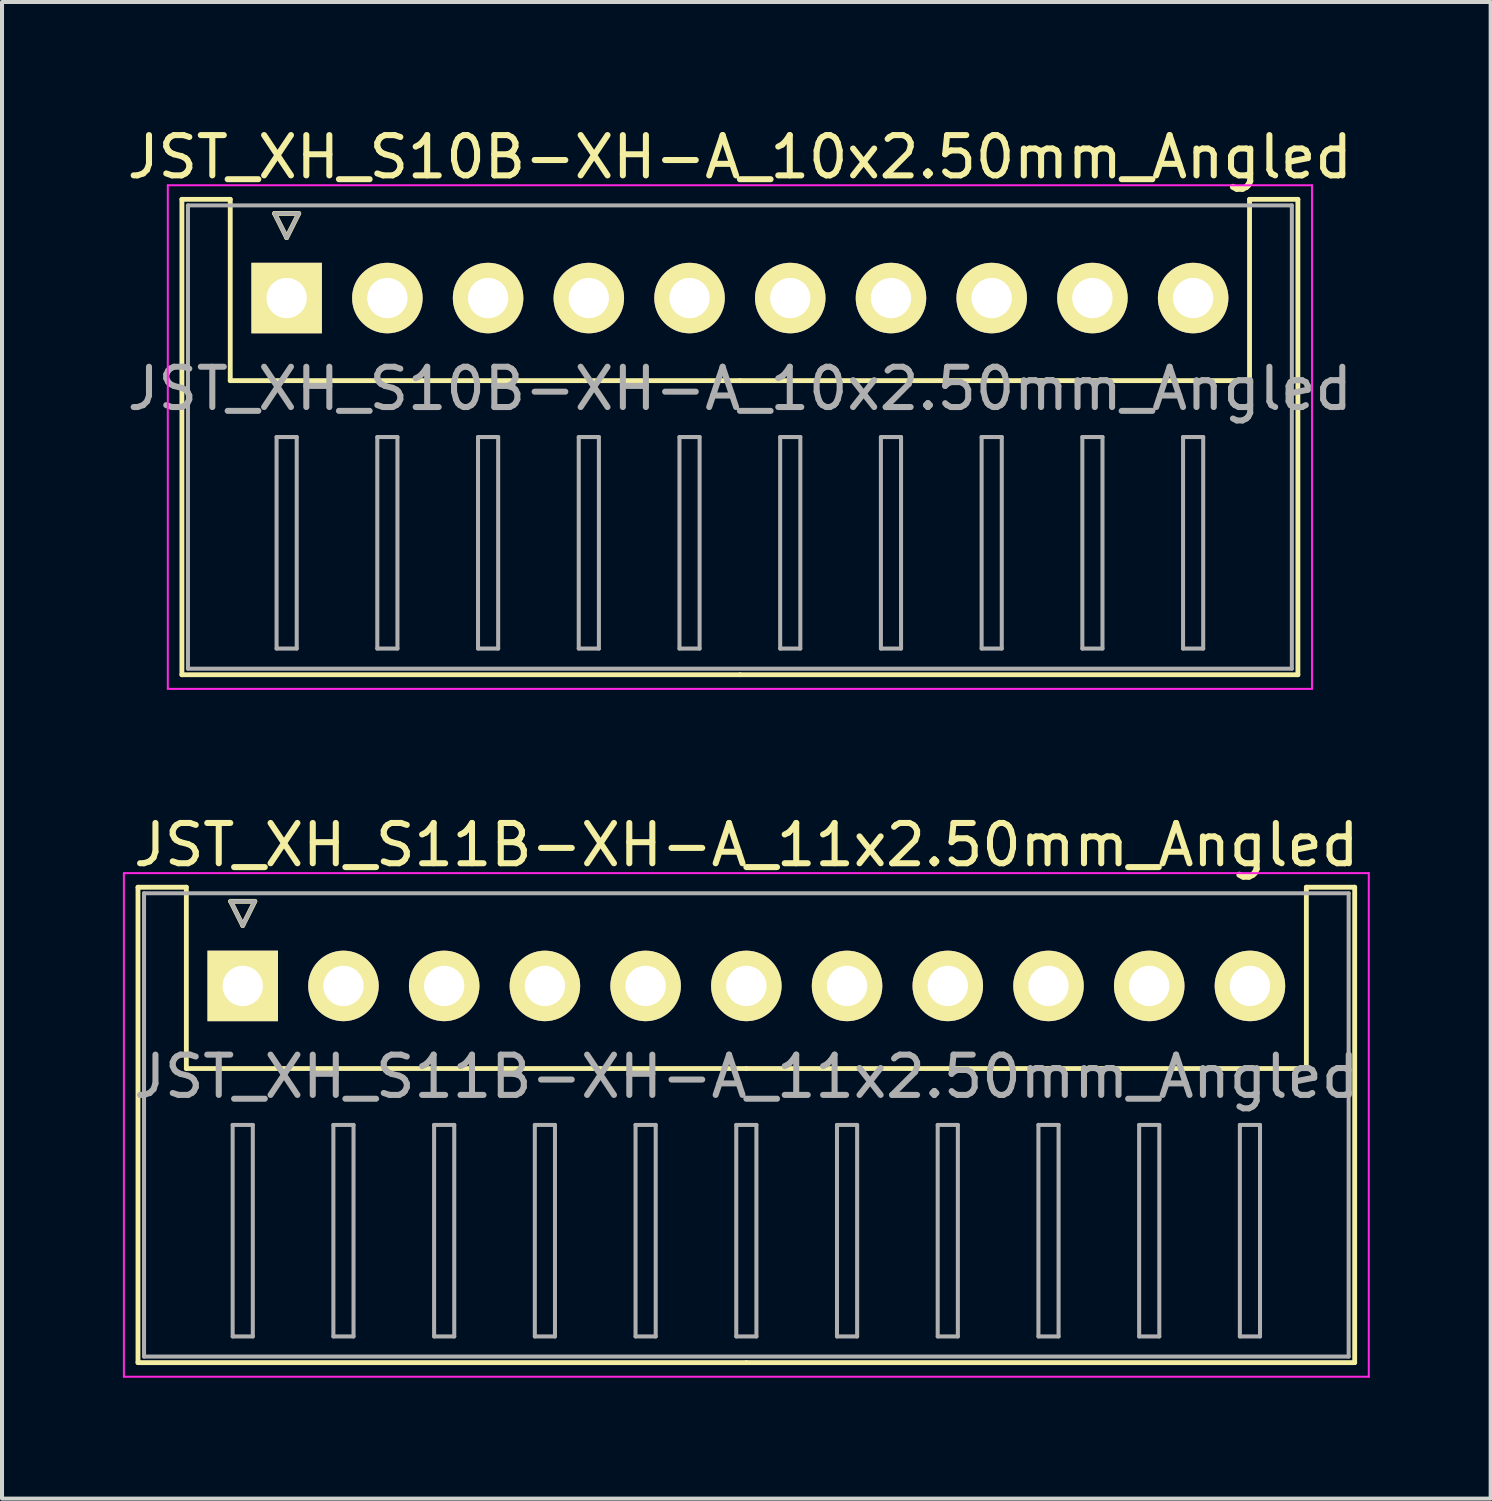
<source format=kicad_pcb>
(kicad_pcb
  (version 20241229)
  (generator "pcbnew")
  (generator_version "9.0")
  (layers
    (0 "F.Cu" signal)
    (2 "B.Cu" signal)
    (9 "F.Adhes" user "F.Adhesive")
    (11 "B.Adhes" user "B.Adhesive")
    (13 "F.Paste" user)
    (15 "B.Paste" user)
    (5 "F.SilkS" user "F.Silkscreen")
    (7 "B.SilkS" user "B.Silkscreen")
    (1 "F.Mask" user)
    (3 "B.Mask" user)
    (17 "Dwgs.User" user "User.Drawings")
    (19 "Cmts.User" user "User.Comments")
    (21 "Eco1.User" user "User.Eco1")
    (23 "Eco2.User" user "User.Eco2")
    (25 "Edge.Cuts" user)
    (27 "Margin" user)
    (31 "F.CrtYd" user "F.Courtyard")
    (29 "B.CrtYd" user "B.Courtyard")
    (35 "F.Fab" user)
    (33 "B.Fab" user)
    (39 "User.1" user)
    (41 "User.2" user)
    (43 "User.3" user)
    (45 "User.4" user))
  (footprint "JST_XH_S11B-XH-A_11x2.50mm_Angled"
    (layer "F.Cu")
    (at 2.975 21.422)
    (property "Reference" "JST_XH_S11B-XH-A_11x2.50mm_Angled" (at 12.5 -3.5 0) (layer "F.SilkS") (effects (font (size 1 1) (thickness 0.15))))
    (attr through_hole)
    (fp_line (start -2.6 -2.45) (end -1.4 -2.45) (stroke (width 0.12) (type solid)) (layer "F.SilkS"))
    (fp_line (start -2.6 9.35) (end -2.6 -2.45) (stroke (width 0.12) (type solid)) (layer "F.SilkS"))
    (fp_line (start -1.4 -2.45) (end -1.4 2.05) (stroke (width 0.12) (type solid)) (layer "F.SilkS"))
    (fp_line (start -1.4 2.05) (end 12.5 2.05) (stroke (width 0.12) (type solid)) (layer "F.SilkS"))
    (fp_line (start -0.3 -2.1) (end 0.3 -2.1) (stroke (width 0.12) (type solid)) (layer "F.SilkS"))
    (fp_line (start 0 -1.5) (end -0.3 -2.1) (stroke (width 0.12) (type solid)) (layer "F.SilkS"))
    (fp_line (start 0.3 -2.1) (end 0 -1.5) (stroke (width 0.12) (type solid)) (layer "F.SilkS"))
    (fp_line (start 12.5 9.35) (end -2.6 9.35) (stroke (width 0.12) (type solid)) (layer "F.SilkS"))
    (fp_line (start 12.5 9.35) (end 27.6 9.35) (stroke (width 0.12) (type solid)) (layer "F.SilkS"))
    (fp_line (start 26.4 -2.45) (end 26.4 2.05) (stroke (width 0.12) (type solid)) (layer "F.SilkS"))
    (fp_line (start 26.4 2.05) (end 12.5 2.05) (stroke (width 0.12) (type solid)) (layer "F.SilkS"))
    (fp_line (start 27.6 -2.45) (end 26.4 -2.45) (stroke (width 0.12) (type solid)) (layer "F.SilkS"))
    (fp_line (start 27.6 9.35) (end 27.6 -2.45) (stroke (width 0.12) (type solid)) (layer "F.SilkS"))
    (fp_line (start -2.95 -2.8) (end -2.95 9.7) (stroke (width 0.05) (type solid)) (layer "F.CrtYd"))
    (fp_line (start -2.95 9.7) (end 27.95 9.7) (stroke (width 0.05) (type solid)) (layer "F.CrtYd"))
    (fp_line (start 27.95 -2.8) (end -2.95 -2.8) (stroke (width 0.05) (type solid)) (layer "F.CrtYd"))
    (fp_line (start 27.95 9.7) (end 27.95 -2.8) (stroke (width 0.05) (type solid)) (layer "F.CrtYd"))
    (fp_line (start -2.45 -2.3) (end -2.45 9.2) (stroke (width 0.1) (type solid)) (layer "F.Fab"))
    (fp_line (start -2.45 9.2) (end 27.45 9.2) (stroke (width 0.1) (type solid)) (layer "F.Fab"))
    (fp_line (start -0.3 -2.1) (end 0.3 -2.1) (stroke (width 0.1) (type solid)) (layer "F.Fab"))
    (fp_line (start -0.25 3.45) (end -0.25 8.7) (stroke (width 0.1) (type solid)) (layer "F.Fab"))
    (fp_line (start -0.25 8.7) (end 0.25 8.7) (stroke (width 0.1) (type solid)) (layer "F.Fab"))
    (fp_line (start 0 -1.5) (end -0.3 -2.1) (stroke (width 0.1) (type solid)) (layer "F.Fab"))
    (fp_line (start 0.25 3.45) (end -0.25 3.45) (stroke (width 0.1) (type solid)) (layer "F.Fab"))
    (fp_line (start 0.25 8.7) (end 0.25 3.45) (stroke (width 0.1) (type solid)) (layer "F.Fab"))
    (fp_line (start 0.3 -2.1) (end 0 -1.5) (stroke (width 0.1) (type solid)) (layer "F.Fab"))
    (fp_line (start 2.25 3.45) (end 2.25 8.7) (stroke (width 0.1) (type solid)) (layer "F.Fab"))
    (fp_line (start 2.25 8.7) (end 2.75 8.7) (stroke (width 0.1) (type solid)) (layer "F.Fab"))
    (fp_line (start 2.75 3.45) (end 2.25 3.45) (stroke (width 0.1) (type solid)) (layer "F.Fab"))
    (fp_line (start 2.75 8.7) (end 2.75 3.45) (stroke (width 0.1) (type solid)) (layer "F.Fab"))
    (fp_line (start 4.75 3.45) (end 4.75 8.7) (stroke (width 0.1) (type solid)) (layer "F.Fab"))
    (fp_line (start 4.75 8.7) (end 5.25 8.7) (stroke (width 0.1) (type solid)) (layer "F.Fab"))
    (fp_line (start 5.25 3.45) (end 4.75 3.45) (stroke (width 0.1) (type solid)) (layer "F.Fab"))
    (fp_line (start 5.25 8.7) (end 5.25 3.45) (stroke (width 0.1) (type solid)) (layer "F.Fab"))
    (fp_line (start 7.25 3.45) (end 7.25 8.7) (stroke (width 0.1) (type solid)) (layer "F.Fab"))
    (fp_line (start 7.25 8.7) (end 7.75 8.7) (stroke (width 0.1) (type solid)) (layer "F.Fab"))
    (fp_line (start 7.75 3.45) (end 7.25 3.45) (stroke (width 0.1) (type solid)) (layer "F.Fab"))
    (fp_line (start 7.75 8.7) (end 7.75 3.45) (stroke (width 0.1) (type solid)) (layer "F.Fab"))
    (fp_line (start 9.75 3.45) (end 9.75 8.7) (stroke (width 0.1) (type solid)) (layer "F.Fab"))
    (fp_line (start 9.75 8.7) (end 10.25 8.7) (stroke (width 0.1) (type solid)) (layer "F.Fab"))
    (fp_line (start 10.25 3.45) (end 9.75 3.45) (stroke (width 0.1) (type solid)) (layer "F.Fab"))
    (fp_line (start 10.25 8.7) (end 10.25 3.45) (stroke (width 0.1) (type solid)) (layer "F.Fab"))
    (fp_line (start 12.25 3.45) (end 12.25 8.7) (stroke (width 0.1) (type solid)) (layer "F.Fab"))
    (fp_line (start 12.25 8.7) (end 12.75 8.7) (stroke (width 0.1) (type solid)) (layer "F.Fab"))
    (fp_line (start 12.75 3.45) (end 12.25 3.45) (stroke (width 0.1) (type solid)) (layer "F.Fab"))
    (fp_line (start 12.75 8.7) (end 12.75 3.45) (stroke (width 0.1) (type solid)) (layer "F.Fab"))
    (fp_line (start 14.75 3.45) (end 14.75 8.7) (stroke (width 0.1) (type solid)) (layer "F.Fab"))
    (fp_line (start 14.75 8.7) (end 15.25 8.7) (stroke (width 0.1) (type solid)) (layer "F.Fab"))
    (fp_line (start 15.25 3.45) (end 14.75 3.45) (stroke (width 0.1) (type solid)) (layer "F.Fab"))
    (fp_line (start 15.25 8.7) (end 15.25 3.45) (stroke (width 0.1) (type solid)) (layer "F.Fab"))
    (fp_line (start 17.25 3.45) (end 17.25 8.7) (stroke (width 0.1) (type solid)) (layer "F.Fab"))
    (fp_line (start 17.25 8.7) (end 17.75 8.7) (stroke (width 0.1) (type solid)) (layer "F.Fab"))
    (fp_line (start 17.75 3.45) (end 17.25 3.45) (stroke (width 0.1) (type solid)) (layer "F.Fab"))
    (fp_line (start 17.75 8.7) (end 17.75 3.45) (stroke (width 0.1) (type solid)) (layer "F.Fab"))
    (fp_line (start 19.75 3.45) (end 19.75 8.7) (stroke (width 0.1) (type solid)) (layer "F.Fab"))
    (fp_line (start 19.75 8.7) (end 20.25 8.7) (stroke (width 0.1) (type solid)) (layer "F.Fab"))
    (fp_line (start 20.25 3.45) (end 19.75 3.45) (stroke (width 0.1) (type solid)) (layer "F.Fab"))
    (fp_line (start 20.25 8.7) (end 20.25 3.45) (stroke (width 0.1) (type solid)) (layer "F.Fab"))
    (fp_line (start 22.25 3.45) (end 22.25 8.7) (stroke (width 0.1) (type solid)) (layer "F.Fab"))
    (fp_line (start 22.25 8.7) (end 22.75 8.7) (stroke (width 0.1) (type solid)) (layer "F.Fab"))
    (fp_line (start 22.75 3.45) (end 22.25 3.45) (stroke (width 0.1) (type solid)) (layer "F.Fab"))
    (fp_line (start 22.75 8.7) (end 22.75 3.45) (stroke (width 0.1) (type solid)) (layer "F.Fab"))
    (fp_line (start 24.75 3.45) (end 24.75 8.7) (stroke (width 0.1) (type solid)) (layer "F.Fab"))
    (fp_line (start 24.75 8.7) (end 25.25 8.7) (stroke (width 0.1) (type solid)) (layer "F.Fab"))
    (fp_line (start 25.25 3.45) (end 24.75 3.45) (stroke (width 0.1) (type solid)) (layer "F.Fab"))
    (fp_line (start 25.25 8.7) (end 25.25 3.45) (stroke (width 0.1) (type solid)) (layer "F.Fab"))
    (fp_line (start 27.45 -2.3) (end -2.45 -2.3) (stroke (width 0.1) (type solid)) (layer "F.Fab"))
    (fp_line (start 27.45 9.2) (end 27.45 -2.3) (stroke (width 0.1) (type solid)) (layer "F.Fab"))
    (fp_text user "${REFERENCE}" (at 12.5 2.25 0) (layer "F.Fab") (effects (font (size 1 1) (thickness 0.15))))
    (pad "1" thru_hole rect (at 0 0) (size 1.75 1.75) (drill 1) (layers "*.Cu" "*.Mask" "F.SilkS"))
    (pad "2" thru_hole circle (at 2.5 0) (size 1.75 1.75) (drill 1) (layers "*.Cu" "*.Mask" "F.SilkS"))
    (pad "3" thru_hole circle (at 5 0) (size 1.75 1.75) (drill 1) (layers "*.Cu" "*.Mask" "F.SilkS"))
    (pad "4" thru_hole circle (at 7.5 0) (size 1.75 1.75) (drill 1) (layers "*.Cu" "*.Mask" "F.SilkS"))
    (pad "5" thru_hole circle (at 10 0) (size 1.75 1.75) (drill 1) (layers "*.Cu" "*.Mask" "F.SilkS"))
    (pad "6" thru_hole circle (at 12.5 0) (size 1.75 1.75) (drill 1) (layers "*.Cu" "*.Mask" "F.SilkS"))
    (pad "7" thru_hole circle (at 15 0) (size 1.75 1.75) (drill 1) (layers "*.Cu" "*.Mask" "F.SilkS"))
    (pad "8" thru_hole circle (at 17.5 0) (size 1.75 1.75) (drill 1) (layers "*.Cu" "*.Mask" "F.SilkS"))
    (pad "9" thru_hole circle (at 20 0) (size 1.75 1.75) (drill 1) (layers "*.Cu" "*.Mask" "F.SilkS"))
    (pad "10" thru_hole circle (at 22.5 0) (size 1.75 1.75) (drill 1) (layers "*.Cu" "*.Mask" "F.SilkS"))
    (pad "11" thru_hole circle (at 25 0) (size 1.75 1.75) (drill 1) (layers "*.Cu" "*.Mask" "F.SilkS")))
  (footprint "JST_XH_S10B-XH-A_10x2.50mm_Angled"
    (layer "F.Cu")
    (at 4.065 4.348)
    (property "Reference" "JST_XH_S10B-XH-A_10x2.50mm_Angled" (at 11.25 -3.5 0) (layer "F.SilkS") (effects (font (size 1 1) (thickness 0.15))))
    (attr through_hole)
    (fp_line (start -2.6 -2.45) (end -1.4 -2.45) (stroke (width 0.12) (type solid)) (layer "F.SilkS"))
    (fp_line (start -2.6 9.35) (end -2.6 -2.45) (stroke (width 0.12) (type solid)) (layer "F.SilkS"))
    (fp_line (start -1.4 -2.45) (end -1.4 2.05) (stroke (width 0.12) (type solid)) (layer "F.SilkS"))
    (fp_line (start -1.4 2.05) (end 11.25 2.05) (stroke (width 0.12) (type solid)) (layer "F.SilkS"))
    (fp_line (start -0.3 -2.1) (end 0.3 -2.1) (stroke (width 0.12) (type solid)) (layer "F.SilkS"))
    (fp_line (start 0 -1.5) (end -0.3 -2.1) (stroke (width 0.12) (type solid)) (layer "F.SilkS"))
    (fp_line (start 0.3 -2.1) (end 0 -1.5) (stroke (width 0.12) (type solid)) (layer "F.SilkS"))
    (fp_line (start 11.25 9.35) (end -2.6 9.35) (stroke (width 0.12) (type solid)) (layer "F.SilkS"))
    (fp_line (start 11.25 9.35) (end 25.1 9.35) (stroke (width 0.12) (type solid)) (layer "F.SilkS"))
    (fp_line (start 23.9 -2.45) (end 23.9 2.05) (stroke (width 0.12) (type solid)) (layer "F.SilkS"))
    (fp_line (start 23.9 2.05) (end 11.25 2.05) (stroke (width 0.12) (type solid)) (layer "F.SilkS"))
    (fp_line (start 25.1 -2.45) (end 23.9 -2.45) (stroke (width 0.12) (type solid)) (layer "F.SilkS"))
    (fp_line (start 25.1 9.35) (end 25.1 -2.45) (stroke (width 0.12) (type solid)) (layer "F.SilkS"))
    (fp_line (start -2.95 -2.8) (end -2.95 9.7) (stroke (width 0.05) (type solid)) (layer "F.CrtYd"))
    (fp_line (start -2.95 9.7) (end 25.45 9.7) (stroke (width 0.05) (type solid)) (layer "F.CrtYd"))
    (fp_line (start 25.45 -2.8) (end -2.95 -2.8) (stroke (width 0.05) (type solid)) (layer "F.CrtYd"))
    (fp_line (start 25.45 9.7) (end 25.45 -2.8) (stroke (width 0.05) (type solid)) (layer "F.CrtYd"))
    (fp_line (start -2.45 -2.3) (end -2.45 9.2) (stroke (width 0.1) (type solid)) (layer "F.Fab"))
    (fp_line (start -2.45 9.2) (end 24.95 9.2) (stroke (width 0.1) (type solid)) (layer "F.Fab"))
    (fp_line (start -0.3 -2.1) (end 0.3 -2.1) (stroke (width 0.1) (type solid)) (layer "F.Fab"))
    (fp_line (start -0.25 3.45) (end -0.25 8.7) (stroke (width 0.1) (type solid)) (layer "F.Fab"))
    (fp_line (start -0.25 8.7) (end 0.25 8.7) (stroke (width 0.1) (type solid)) (layer "F.Fab"))
    (fp_line (start 0 -1.5) (end -0.3 -2.1) (stroke (width 0.1) (type solid)) (layer "F.Fab"))
    (fp_line (start 0.25 3.45) (end -0.25 3.45) (stroke (width 0.1) (type solid)) (layer "F.Fab"))
    (fp_line (start 0.25 8.7) (end 0.25 3.45) (stroke (width 0.1) (type solid)) (layer "F.Fab"))
    (fp_line (start 0.3 -2.1) (end 0 -1.5) (stroke (width 0.1) (type solid)) (layer "F.Fab"))
    (fp_line (start 2.25 3.45) (end 2.25 8.7) (stroke (width 0.1) (type solid)) (layer "F.Fab"))
    (fp_line (start 2.25 8.7) (end 2.75 8.7) (stroke (width 0.1) (type solid)) (layer "F.Fab"))
    (fp_line (start 2.75 3.45) (end 2.25 3.45) (stroke (width 0.1) (type solid)) (layer "F.Fab"))
    (fp_line (start 2.75 8.7) (end 2.75 3.45) (stroke (width 0.1) (type solid)) (layer "F.Fab"))
    (fp_line (start 4.75 3.45) (end 4.75 8.7) (stroke (width 0.1) (type solid)) (layer "F.Fab"))
    (fp_line (start 4.75 8.7) (end 5.25 8.7) (stroke (width 0.1) (type solid)) (layer "F.Fab"))
    (fp_line (start 5.25 3.45) (end 4.75 3.45) (stroke (width 0.1) (type solid)) (layer "F.Fab"))
    (fp_line (start 5.25 8.7) (end 5.25 3.45) (stroke (width 0.1) (type solid)) (layer "F.Fab"))
    (fp_line (start 7.25 3.45) (end 7.25 8.7) (stroke (width 0.1) (type solid)) (layer "F.Fab"))
    (fp_line (start 7.25 8.7) (end 7.75 8.7) (stroke (width 0.1) (type solid)) (layer "F.Fab"))
    (fp_line (start 7.75 3.45) (end 7.25 3.45) (stroke (width 0.1) (type solid)) (layer "F.Fab"))
    (fp_line (start 7.75 8.7) (end 7.75 3.45) (stroke (width 0.1) (type solid)) (layer "F.Fab"))
    (fp_line (start 9.75 3.45) (end 9.75 8.7) (stroke (width 0.1) (type solid)) (layer "F.Fab"))
    (fp_line (start 9.75 8.7) (end 10.25 8.7) (stroke (width 0.1) (type solid)) (layer "F.Fab"))
    (fp_line (start 10.25 3.45) (end 9.75 3.45) (stroke (width 0.1) (type solid)) (layer "F.Fab"))
    (fp_line (start 10.25 8.7) (end 10.25 3.45) (stroke (width 0.1) (type solid)) (layer "F.Fab"))
    (fp_line (start 12.25 3.45) (end 12.25 8.7) (stroke (width 0.1) (type solid)) (layer "F.Fab"))
    (fp_line (start 12.25 8.7) (end 12.75 8.7) (stroke (width 0.1) (type solid)) (layer "F.Fab"))
    (fp_line (start 12.75 3.45) (end 12.25 3.45) (stroke (width 0.1) (type solid)) (layer "F.Fab"))
    (fp_line (start 12.75 8.7) (end 12.75 3.45) (stroke (width 0.1) (type solid)) (layer "F.Fab"))
    (fp_line (start 14.75 3.45) (end 14.75 8.7) (stroke (width 0.1) (type solid)) (layer "F.Fab"))
    (fp_line (start 14.75 8.7) (end 15.25 8.7) (stroke (width 0.1) (type solid)) (layer "F.Fab"))
    (fp_line (start 15.25 3.45) (end 14.75 3.45) (stroke (width 0.1) (type solid)) (layer "F.Fab"))
    (fp_line (start 15.25 8.7) (end 15.25 3.45) (stroke (width 0.1) (type solid)) (layer "F.Fab"))
    (fp_line (start 17.25 3.45) (end 17.25 8.7) (stroke (width 0.1) (type solid)) (layer "F.Fab"))
    (fp_line (start 17.25 8.7) (end 17.75 8.7) (stroke (width 0.1) (type solid)) (layer "F.Fab"))
    (fp_line (start 17.75 3.45) (end 17.25 3.45) (stroke (width 0.1) (type solid)) (layer "F.Fab"))
    (fp_line (start 17.75 8.7) (end 17.75 3.45) (stroke (width 0.1) (type solid)) (layer "F.Fab"))
    (fp_line (start 19.75 3.45) (end 19.75 8.7) (stroke (width 0.1) (type solid)) (layer "F.Fab"))
    (fp_line (start 19.75 8.7) (end 20.25 8.7) (stroke (width 0.1) (type solid)) (layer "F.Fab"))
    (fp_line (start 20.25 3.45) (end 19.75 3.45) (stroke (width 0.1) (type solid)) (layer "F.Fab"))
    (fp_line (start 20.25 8.7) (end 20.25 3.45) (stroke (width 0.1) (type solid)) (layer "F.Fab"))
    (fp_line (start 22.25 3.45) (end 22.25 8.7) (stroke (width 0.1) (type solid)) (layer "F.Fab"))
    (fp_line (start 22.25 8.7) (end 22.75 8.7) (stroke (width 0.1) (type solid)) (layer "F.Fab"))
    (fp_line (start 22.75 3.45) (end 22.25 3.45) (stroke (width 0.1) (type solid)) (layer "F.Fab"))
    (fp_line (start 22.75 8.7) (end 22.75 3.45) (stroke (width 0.1) (type solid)) (layer "F.Fab"))
    (fp_line (start 24.95 -2.3) (end -2.45 -2.3) (stroke (width 0.1) (type solid)) (layer "F.Fab"))
    (fp_line (start 24.95 9.2) (end 24.95 -2.3) (stroke (width 0.1) (type solid)) (layer "F.Fab"))
    (fp_text user "${REFERENCE}" (at 11.25 2.25 0) (layer "F.Fab") (effects (font (size 1 1) (thickness 0.15))))
    (pad "1" thru_hole rect (at 0 0) (size 1.75 1.75) (drill 1) (layers "*.Cu" "*.Mask" "F.SilkS"))
    (pad "2" thru_hole circle (at 2.5 0) (size 1.75 1.75) (drill 1) (layers "*.Cu" "*.Mask" "F.SilkS"))
    (pad "3" thru_hole circle (at 5 0) (size 1.75 1.75) (drill 1) (layers "*.Cu" "*.Mask" "F.SilkS"))
    (pad "4" thru_hole circle (at 7.5 0) (size 1.75 1.75) (drill 1) (layers "*.Cu" "*.Mask" "F.SilkS"))
    (pad "5" thru_hole circle (at 10 0) (size 1.75 1.75) (drill 1) (layers "*.Cu" "*.Mask" "F.SilkS"))
    (pad "6" thru_hole circle (at 12.5 0) (size 1.75 1.75) (drill 1) (layers "*.Cu" "*.Mask" "F.SilkS"))
    (pad "7" thru_hole circle (at 15 0) (size 1.75 1.75) (drill 1) (layers "*.Cu" "*.Mask" "F.SilkS"))
    (pad "8" thru_hole circle (at 17.5 0) (size 1.75 1.75) (drill 1) (layers "*.Cu" "*.Mask" "F.SilkS"))
    (pad "9" thru_hole circle (at 20 0) (size 1.75 1.75) (drill 1) (layers "*.Cu" "*.Mask" "F.SilkS"))
    (pad "10" thru_hole circle (at 22.5 0) (size 1.75 1.75) (drill 1) (layers "*.Cu" "*.Mask" "F.SilkS")))
  (gr_rect
    (start -3 -3)
    (end 33.95 34.147)
    (stroke (width 0.1) (type default))
    (fill no)
    (layer "Edge.Cuts")))
</source>
